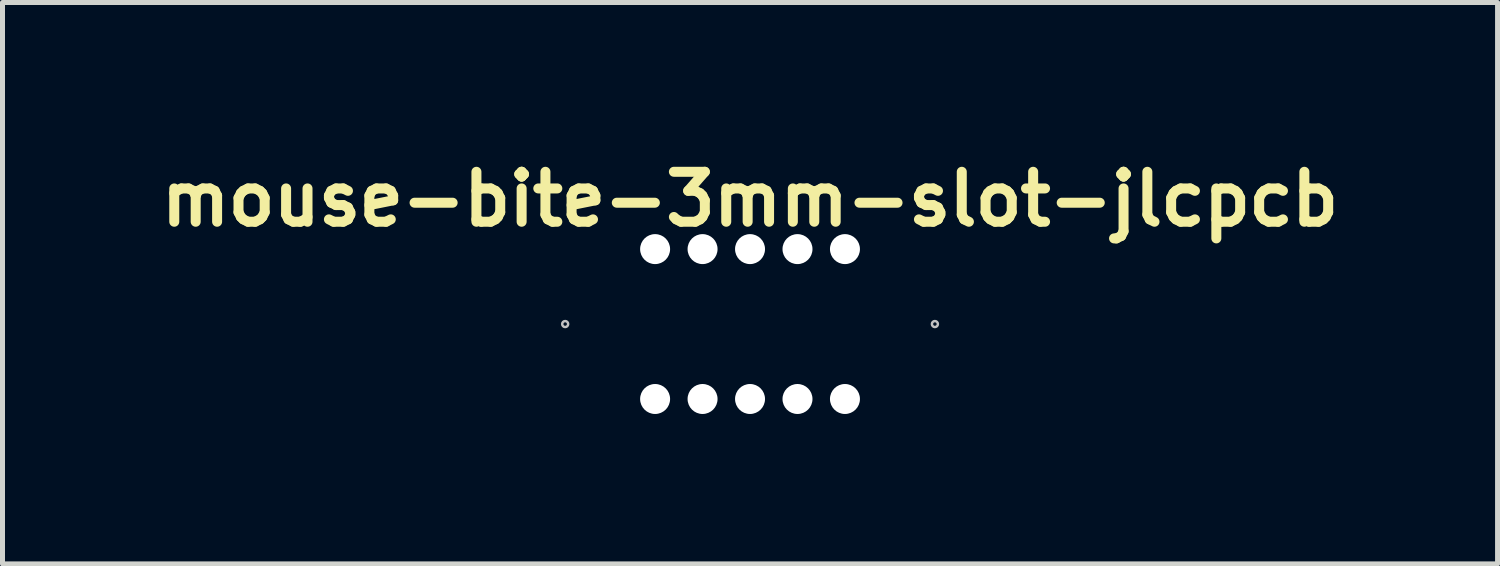
<source format=kicad_pcb>
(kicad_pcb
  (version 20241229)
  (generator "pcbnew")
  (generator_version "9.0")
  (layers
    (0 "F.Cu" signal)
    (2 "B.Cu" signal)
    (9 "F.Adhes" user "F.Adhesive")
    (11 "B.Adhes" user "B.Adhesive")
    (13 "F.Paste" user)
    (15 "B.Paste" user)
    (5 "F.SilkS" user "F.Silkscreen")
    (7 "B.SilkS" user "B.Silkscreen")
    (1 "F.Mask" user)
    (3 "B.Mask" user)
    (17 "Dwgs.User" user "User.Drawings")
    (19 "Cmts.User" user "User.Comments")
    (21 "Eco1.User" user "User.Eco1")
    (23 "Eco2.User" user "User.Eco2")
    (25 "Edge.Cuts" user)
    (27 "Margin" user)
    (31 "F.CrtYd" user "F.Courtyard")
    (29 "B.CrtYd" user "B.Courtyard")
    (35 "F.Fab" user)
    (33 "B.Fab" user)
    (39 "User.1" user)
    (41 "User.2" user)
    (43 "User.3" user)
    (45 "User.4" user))
  (footprint "mouse-bite-3mm-slot-jlcpcb"
    (layer "F.Cu")
    (at 11.962 3.436)
    (property "Reference" "mouse-bite-3mm-slot-jlcpcb" (at 0 -2.5 0) (layer "F.SilkS") (effects (font (size 1 1) (thickness 0.2))))
    (attr through_hole)
    (fp_circle (center -3.7 0) (end -3.7 -0.06) (stroke (width 0.05) (type solid)) (fill no) (layer "Dwgs.User"))
    (fp_circle (center 3.7 0) (end 3.76 0) (stroke (width 0.05) (type solid)) (fill no) (layer "Dwgs.User"))
    (fp_line (start -3.7 0) (end -3.7 0) (stroke (width 3) (type solid)) (layer "Eco1.User"))
    (fp_line (start 3.7 0) (end 3.7 0) (stroke (width 3) (type solid)) (layer "Eco1.User"))
    (pad "" np_thru_hole circle (at -1.9 -1.5 90) (size 0.6 0.6) (drill 0.6) (layers "*.Cu" "*.Mask"))
    (pad "" np_thru_hole circle (at -1.9 1.5 90) (size 0.6 0.6) (drill 0.6) (layers "*.Cu" "*.Mask"))
    (pad "" np_thru_hole circle (at -0.95 -1.5 90) (size 0.6 0.6) (drill 0.6) (layers "*.Cu" "*.Mask"))
    (pad "" np_thru_hole circle (at -0.95 1.5 90) (size 0.6 0.6) (drill 0.6) (layers "*.Cu" "*.Mask"))
    (pad "" np_thru_hole circle (at 0 -1.5 90) (size 0.6 0.6) (drill 0.6) (layers "*.Cu" "*.Mask"))
    (pad "" np_thru_hole circle (at 0 1.5 90) (size 0.6 0.6) (drill 0.6) (layers "*.Cu" "*.Mask"))
    (pad "" np_thru_hole circle (at 0.95 -1.5 90) (size 0.6 0.6) (drill 0.6) (layers "*.Cu" "*.Mask"))
    (pad "" np_thru_hole circle (at 0.95 1.5 90) (size 0.6 0.6) (drill 0.6) (layers "*.Cu" "*.Mask"))
    (pad "" np_thru_hole circle (at 1.9 -1.5 90) (size 0.6 0.6) (drill 0.6) (layers "*.Cu" "*.Mask"))
    (pad "" np_thru_hole circle (at 1.9 1.5 90) (size 0.6 0.6) (drill 0.6) (layers "*.Cu" "*.Mask")))
  (gr_rect
    (start -3 -3)
    (end 26.924 8.236)
    (stroke (width 0.1) (type default))
    (fill no)
    (layer "Edge.Cuts")))
</source>
